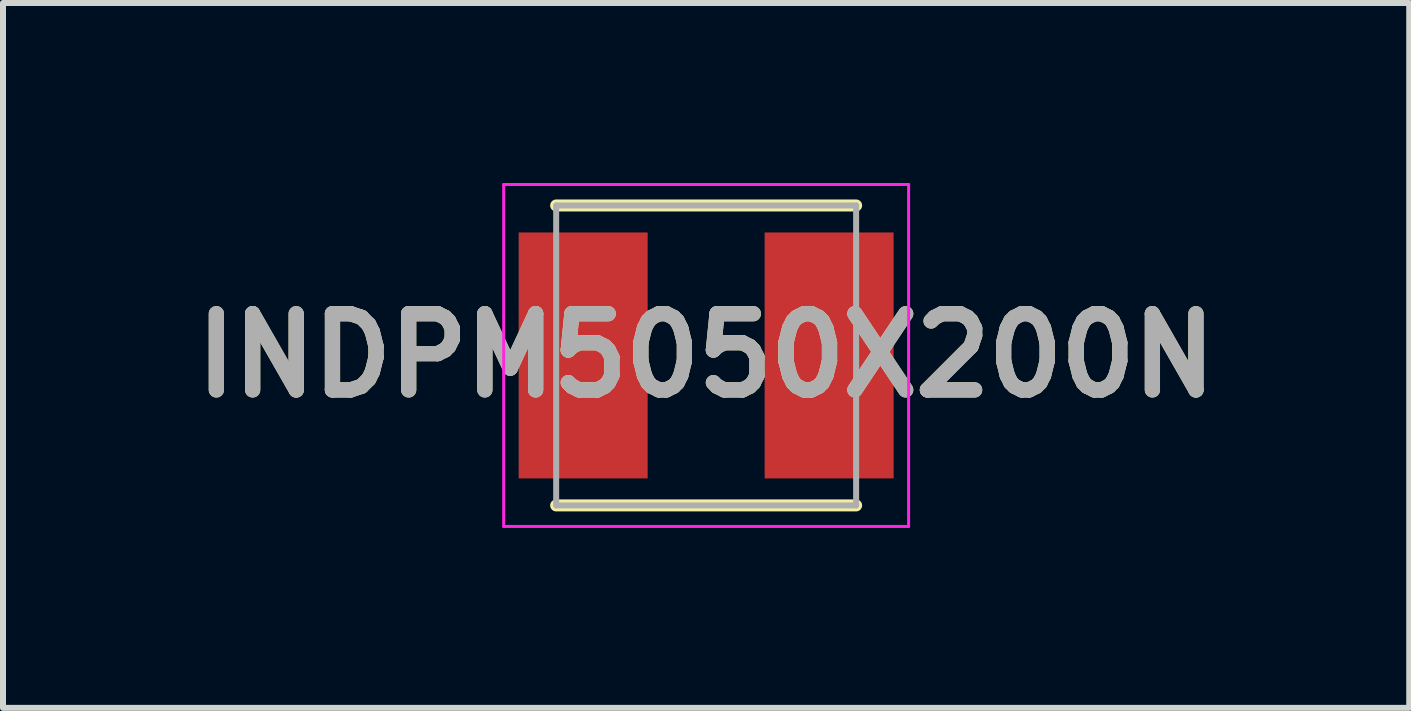
<source format=kicad_pcb>
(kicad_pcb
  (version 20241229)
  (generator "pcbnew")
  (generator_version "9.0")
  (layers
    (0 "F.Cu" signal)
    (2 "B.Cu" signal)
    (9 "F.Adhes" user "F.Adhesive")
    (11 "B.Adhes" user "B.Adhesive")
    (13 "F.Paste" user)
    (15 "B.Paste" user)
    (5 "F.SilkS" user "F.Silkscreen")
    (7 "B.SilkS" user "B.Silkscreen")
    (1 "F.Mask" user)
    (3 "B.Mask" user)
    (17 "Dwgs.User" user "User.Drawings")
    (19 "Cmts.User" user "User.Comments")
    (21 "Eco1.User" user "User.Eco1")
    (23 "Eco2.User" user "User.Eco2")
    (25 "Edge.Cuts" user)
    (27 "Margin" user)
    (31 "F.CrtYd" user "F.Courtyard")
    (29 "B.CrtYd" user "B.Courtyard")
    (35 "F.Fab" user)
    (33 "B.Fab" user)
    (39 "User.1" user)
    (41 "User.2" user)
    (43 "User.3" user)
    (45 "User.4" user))
  (footprint "INDPM5050X200N"
    (layer "F.Cu")
    (at 8.721 2.875)
    (property "Reference" "INDPM5050X200N" (at 0 0 0) (layer "F.SilkS") (effects (font (size 1.27 1.27) (thickness 0.254))))
    (attr smd)
    (fp_line (start -2.5 2.5) (end 2.5 2.5) (stroke (width 0.2) (type solid)) (layer "F.SilkS"))
    (fp_line (start 2.5 -2.5) (end -2.5 -2.5) (stroke (width 0.2) (type solid)) (layer "F.SilkS"))
    (fp_line (start -3.375 -2.85) (end 3.375 -2.85) (stroke (width 0.05) (type solid)) (layer "F.CrtYd"))
    (fp_line (start -3.375 2.85) (end -3.375 -2.85) (stroke (width 0.05) (type solid)) (layer "F.CrtYd"))
    (fp_line (start 3.375 -2.85) (end 3.375 2.85) (stroke (width 0.05) (type solid)) (layer "F.CrtYd"))
    (fp_line (start 3.375 2.85) (end -3.375 2.85) (stroke (width 0.05) (type solid)) (layer "F.CrtYd"))
    (fp_line (start -2.5 -2.5) (end 2.5 -2.5) (stroke (width 0.1) (type solid)) (layer "F.Fab"))
    (fp_line (start -2.5 2.5) (end -2.5 -2.5) (stroke (width 0.1) (type solid)) (layer "F.Fab"))
    (fp_line (start 2.5 -2.5) (end 2.5 2.5) (stroke (width 0.1) (type solid)) (layer "F.Fab"))
    (fp_line (start 2.5 2.5) (end -2.5 2.5) (stroke (width 0.1) (type solid)) (layer "F.Fab"))
    (fp_text user "${REFERENCE}" (at 0 0 0) (layer "F.Fab") (effects (font (size 1.27 1.27) (thickness 0.254))))
    (pad "1" smd rect (at -2.05 0) (size 2.15 4.1) (layers "F.Cu" "F.Mask" "F.Paste"))
    (pad "2" smd rect (at 2.05 0) (size 2.15 4.1) (layers "F.Cu" "F.Mask" "F.Paste")))
  (gr_rect
    (start -3 -3)
    (end 20.441 8.75)
    (stroke (width 0.1) (type default))
    (fill no)
    (layer "Edge.Cuts")))
</source>
